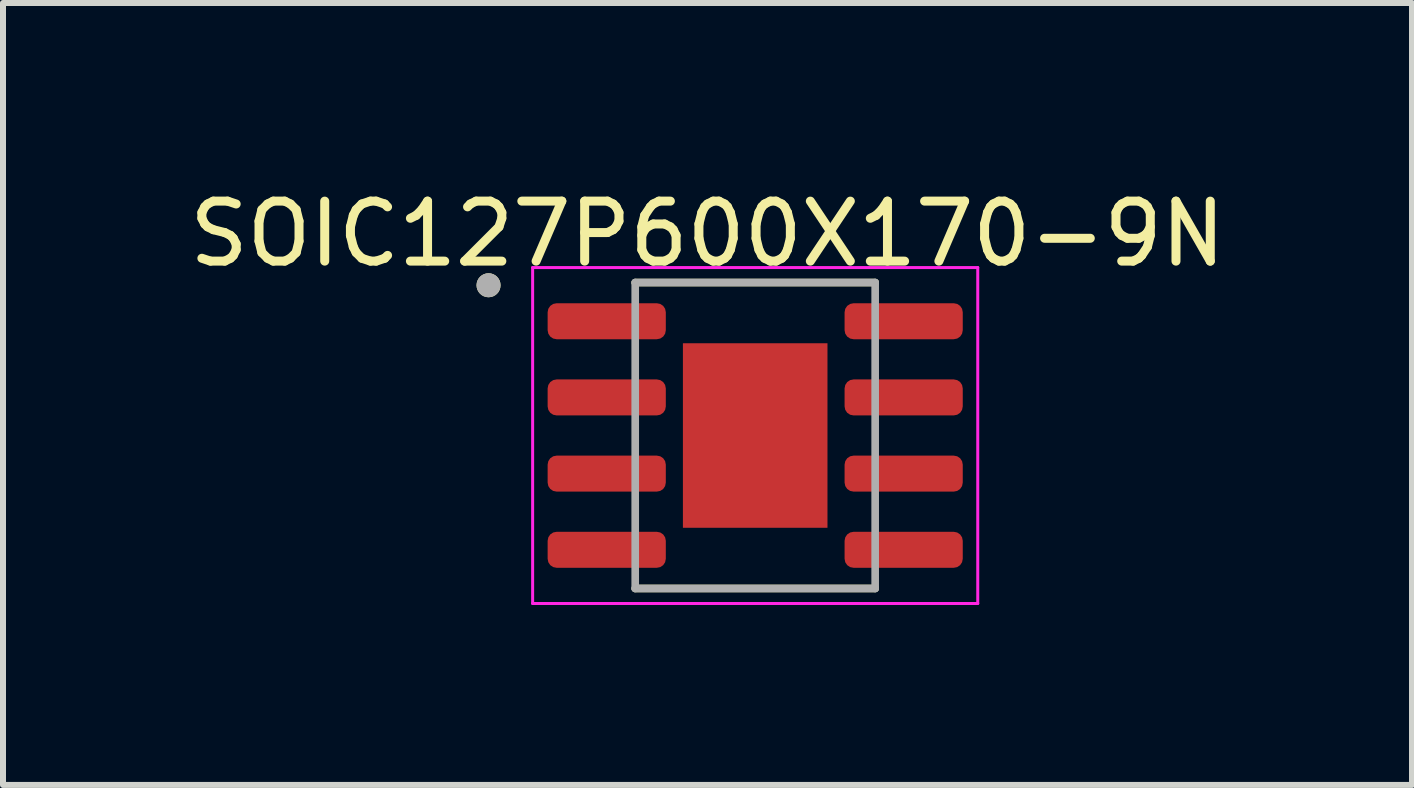
<source format=kicad_pcb>
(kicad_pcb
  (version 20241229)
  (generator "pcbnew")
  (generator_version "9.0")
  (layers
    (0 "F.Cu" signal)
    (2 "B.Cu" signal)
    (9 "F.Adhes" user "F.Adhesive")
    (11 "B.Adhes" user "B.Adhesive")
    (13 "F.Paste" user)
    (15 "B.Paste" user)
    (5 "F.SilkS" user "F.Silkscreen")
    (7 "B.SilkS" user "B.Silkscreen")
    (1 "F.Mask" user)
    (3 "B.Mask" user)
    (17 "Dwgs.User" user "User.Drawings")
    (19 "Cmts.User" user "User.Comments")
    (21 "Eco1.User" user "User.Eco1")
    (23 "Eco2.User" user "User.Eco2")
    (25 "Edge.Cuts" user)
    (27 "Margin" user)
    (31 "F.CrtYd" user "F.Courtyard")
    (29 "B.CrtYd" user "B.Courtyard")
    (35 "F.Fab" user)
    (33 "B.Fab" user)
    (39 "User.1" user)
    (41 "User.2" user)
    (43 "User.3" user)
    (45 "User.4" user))
  (footprint "SOIC127P600X170-9N"
    (layer "F.Cu")
    (at 9.539 4.21)
    (property "Reference" "SOIC127P600X170-9N" (at -0.795 -3.362 0) (layer "F.SilkS") (effects (font (size 1 1) (thickness 0.15))))
    (attr smd)
    (fp_line (start -2 -2.55) (end 2 -2.55) (stroke (width 0.127) (type solid)) (layer "F.SilkS"))
    (fp_line (start -2 2.55) (end 2 2.55) (stroke (width 0.127) (type solid)) (layer "F.SilkS"))
    (fp_circle (center -4.445 -2.505) (end -4.345 -2.505) (stroke (width 0.2) (type solid)) (fill no) (layer "F.SilkS"))
    (fp_poly (pts (xy -0.851 -1.08) (xy 0.851 -1.08) (xy 0.851 1.08) (xy -0.851 1.08)) (stroke (width 0.01) (type solid)) (fill yes) (layer "F.Paste"))
    (fp_line (start -3.71 -2.8) (end -3.71 2.8) (stroke (width 0.05) (type solid)) (layer "F.CrtYd"))
    (fp_line (start -3.71 -2.8) (end 3.71 -2.8) (stroke (width 0.05) (type solid)) (layer "F.CrtYd"))
    (fp_line (start -3.71 2.8) (end 3.71 2.8) (stroke (width 0.05) (type solid)) (layer "F.CrtYd"))
    (fp_line (start 3.71 -2.8) (end 3.71 2.8) (stroke (width 0.05) (type solid)) (layer "F.CrtYd"))
    (fp_line (start -2 -2.55) (end -2 2.55) (stroke (width 0.127) (type solid)) (layer "F.Fab"))
    (fp_line (start -2 -2.55) (end 2 -2.55) (stroke (width 0.127) (type solid)) (layer "F.Fab"))
    (fp_line (start -2 2.55) (end 2 2.55) (stroke (width 0.127) (type solid)) (layer "F.Fab"))
    (fp_line (start 2 -2.55) (end 2 2.55) (stroke (width 0.127) (type solid)) (layer "F.Fab"))
    (fp_circle (center -4.445 -2.505) (end -4.345 -2.505) (stroke (width 0.2) (type solid)) (fill no) (layer "F.Fab"))
    (pad "1" smd roundrect (at -2.475 -1.905) (size 1.97 0.6) (layers "F.Cu" "F.Mask" "F.Paste") (roundrect_rratio 0.25))
    (pad "2" smd roundrect (at -2.475 -0.635) (size 1.97 0.6) (layers "F.Cu" "F.Mask" "F.Paste") (roundrect_rratio 0.25))
    (pad "3" smd roundrect (at -2.475 0.635) (size 1.97 0.6) (layers "F.Cu" "F.Mask" "F.Paste") (roundrect_rratio 0.25))
    (pad "4" smd roundrect (at -2.475 1.905) (size 1.97 0.6) (layers "F.Cu" "F.Mask" "F.Paste") (roundrect_rratio 0.25))
    (pad "5" smd roundrect (at 2.475 1.905) (size 1.97 0.6) (layers "F.Cu" "F.Mask" "F.Paste") (roundrect_rratio 0.25))
    (pad "6" smd roundrect (at 2.475 0.635) (size 1.97 0.6) (layers "F.Cu" "F.Mask" "F.Paste") (roundrect_rratio 0.25))
    (pad "7" smd roundrect (at 2.475 -0.635) (size 1.97 0.6) (layers "F.Cu" "F.Mask" "F.Paste") (roundrect_rratio 0.25))
    (pad "8" smd roundrect (at 2.475 -1.905) (size 1.97 0.6) (layers "F.Cu" "F.Mask" "F.Paste") (roundrect_rratio 0.25))
    (pad "9" smd rect (at 0 0) (size 2.41 3.076) (layers "F.Cu" "F.Mask")))
  (gr_rect
    (start -3 -3)
    (end 20.488 10.035)
    (stroke (width 0.1) (type default))
    (fill no)
    (layer "Edge.Cuts")))
</source>
